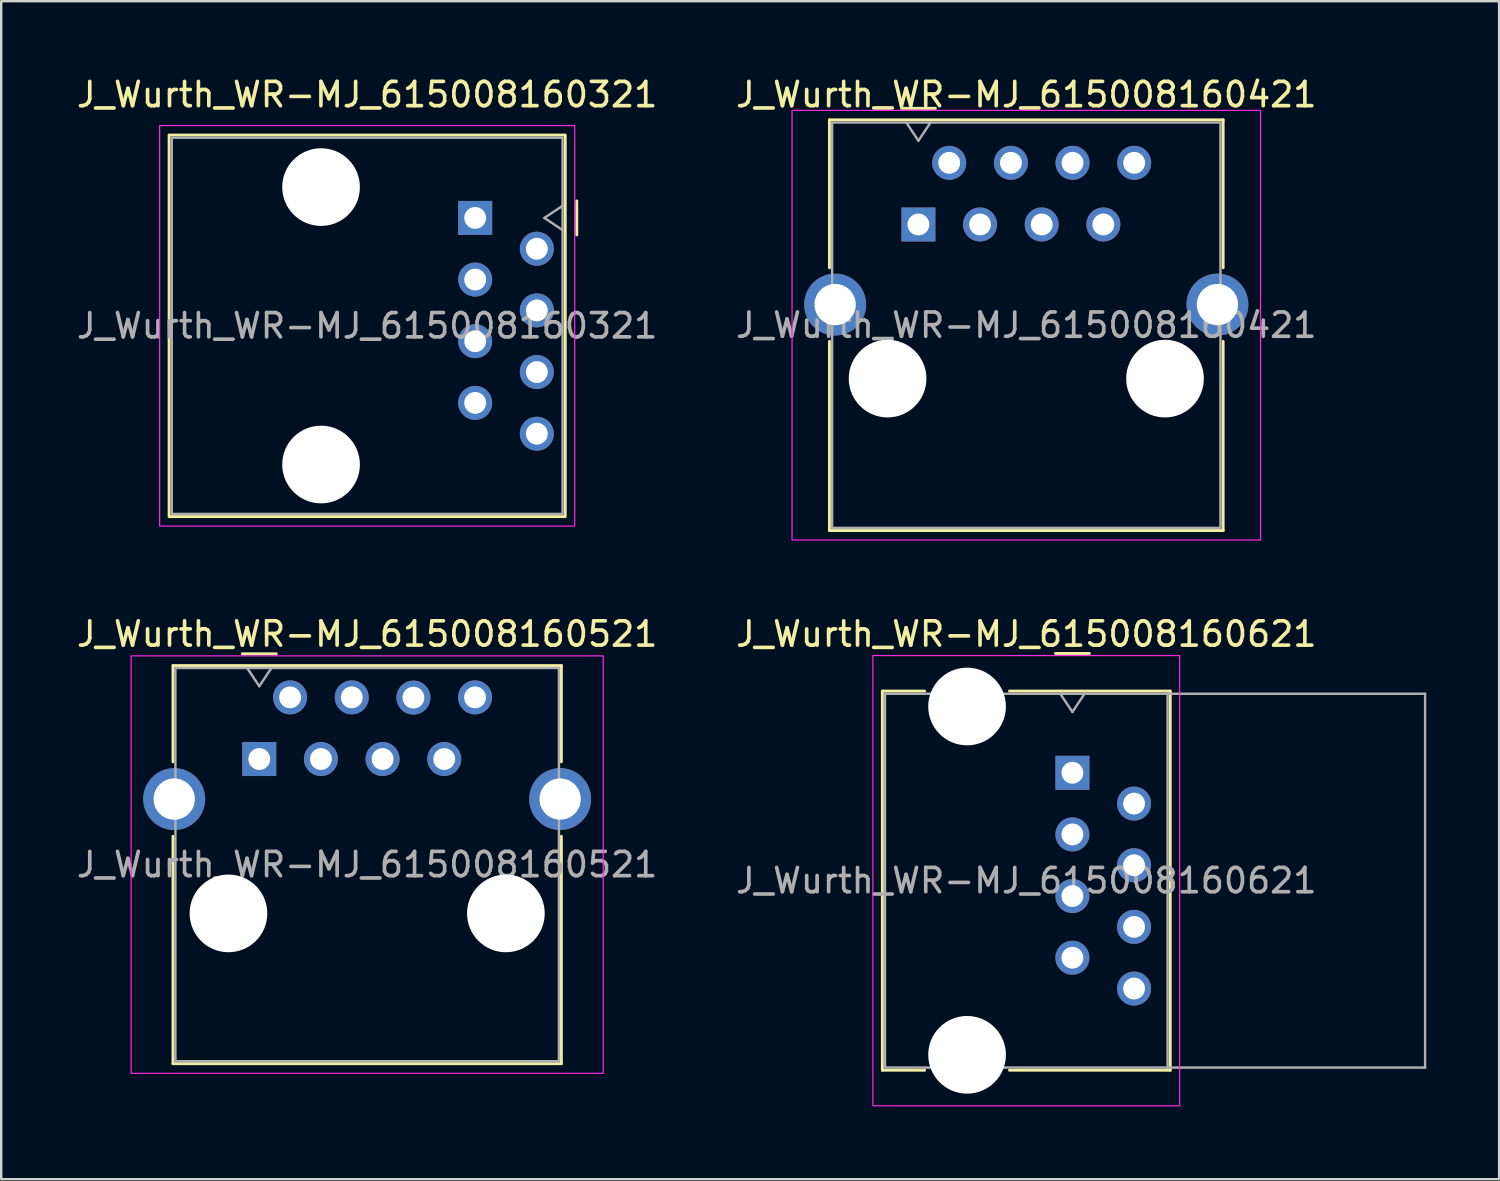
<source format=kicad_pcb>
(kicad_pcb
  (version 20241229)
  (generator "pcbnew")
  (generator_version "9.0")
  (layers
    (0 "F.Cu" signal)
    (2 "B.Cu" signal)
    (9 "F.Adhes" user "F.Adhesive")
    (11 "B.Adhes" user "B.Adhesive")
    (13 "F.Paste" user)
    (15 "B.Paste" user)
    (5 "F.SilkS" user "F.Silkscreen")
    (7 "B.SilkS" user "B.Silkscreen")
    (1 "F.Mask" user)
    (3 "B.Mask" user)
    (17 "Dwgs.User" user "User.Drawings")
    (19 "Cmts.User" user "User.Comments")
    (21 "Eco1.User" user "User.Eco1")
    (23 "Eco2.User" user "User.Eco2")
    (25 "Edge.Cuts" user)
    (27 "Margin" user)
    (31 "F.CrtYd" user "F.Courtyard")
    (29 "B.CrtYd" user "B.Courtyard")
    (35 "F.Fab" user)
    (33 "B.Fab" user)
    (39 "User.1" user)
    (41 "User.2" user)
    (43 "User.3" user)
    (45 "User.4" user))
  (footprint "J_Wurth_WR-MJ_615008160521"
    (layer "F.Cu")
    (at 7.632 28.221)
    (property "Reference" "J_Wurth_WR-MJ_615008160521" (at 4.445 -5.15 0) (unlocked yes) (layer "F.SilkS") (effects (font (size 1 1) (thickness 0.15))))
    (attr through_hole)
    (fp_line (start -3.555 0.116) (end -3.555 -3.85) (stroke (width 0.12) (type solid)) (layer "F.SilkS"))
    (fp_line (start -3.555 -3.85) (end 12.445 -3.85) (stroke (width 0.12) (type solid)) (layer "F.SilkS"))
    (fp_line (start -3.555 3.184) (end -3.555 12.55) (stroke (width 0.12) (type solid)) (layer "F.SilkS"))
    (fp_line (start -3.555 12.55) (end 12.445 12.55) (stroke (width 0.12) (type solid)) (layer "F.SilkS"))
    (fp_line (start 0.7 -4.335) (end -0.7 -4.335) (stroke (width 0.12) (type solid)) (layer "F.SilkS"))
    (fp_line (start 12.445 -3.85) (end 12.445 0.116) (stroke (width 0.12) (type solid)) (layer "F.SilkS"))
    (fp_line (start 12.445 12.55) (end 12.445 3.184) (stroke (width 0.12) (type solid)) (layer "F.SilkS"))
    (fp_rect (start -5.28 -4.25) (end 14.17 12.95) (stroke (width 0.05) (type solid)) (fill no) (layer "F.CrtYd"))
    (fp_line (start 0 -3) (end -0.5 -3.75) (stroke (width 0.1) (type solid)) (layer "F.Fab"))
    (fp_line (start 0 -3) (end 0.5 -3.75) (stroke (width 0.1) (type solid)) (layer "F.Fab"))
    (fp_rect (start -3.455 -3.75) (end 12.345 12.45) (stroke (width 0.1) (type solid)) (fill no) (layer "F.Fab"))
    (fp_text user "${REFERENCE}" (at 4.445 4.35 0) (unlocked yes) (layer "F.Fab") (effects (font (size 1 1) (thickness 0.15))))
    (pad "" np_thru_hole circle (at -1.27 6.36) (size 3.2 3.2) (drill 3.2) (layers "*.Cu" "*.Mask"))
    (pad "" np_thru_hole circle (at 10.16 6.36) (size 3.2 3.2) (drill 3.2) (layers "*.Cu" "*.Mask"))
    (pad "1" thru_hole rect (at 0 0) (size 1.4 1.4) (drill 0.9) (layers "*.Cu" "*.Mask"))
    (pad "2" thru_hole circle (at 1.27 -2.54) (size 1.4 1.4) (drill 0.9) (layers "*.Cu" "*.Mask"))
    (pad "3" thru_hole circle (at 2.54 0) (size 1.4 1.4) (drill 0.9) (layers "*.Cu" "*.Mask"))
    (pad "4" thru_hole circle (at 3.81 -2.54) (size 1.4 1.4) (drill 0.9) (layers "*.Cu" "*.Mask"))
    (pad "5" thru_hole circle (at 5.08 0) (size 1.4 1.4) (drill 0.9) (layers "*.Cu" "*.Mask"))
    (pad "6" thru_hole circle (at 6.35 -2.53) (size 1.4 1.4) (drill 0.9) (layers "*.Cu" "*.Mask"))
    (pad "7" thru_hole circle (at 7.62 0) (size 1.4 1.4) (drill 0.9) (layers "*.Cu" "*.Mask"))
    (pad "8" thru_hole circle (at 8.89 -2.54) (size 1.4 1.4) (drill 0.9) (layers "*.Cu" "*.Mask"))
    (pad "Z1" thru_hole circle (at -3.505 1.65) (size 2.55 2.55) (drill 1.7) (layers "*.Cu" "*.Mask"))
    (pad "Z2" thru_hole circle (at 12.395 1.65) (size 2.55 2.55) (drill 1.7) (layers "*.Cu" "*.Mask")))
  (footprint "J_Wurth_WR-MJ_615008160321"
    (layer "F.Cu")
    (at 16.527 5.928)
    (property "Reference" "J_Wurth_WR-MJ_615008160321" (at -4.45 -5.08 0) (unlocked yes) (layer "F.SilkS") (effects (font (size 1 1) (thickness 0.15))))
    (attr through_hole)
    (fp_line (start 4.185 0.7) (end 4.185 -0.7) (stroke (width 0.12) (type solid)) (layer "F.SilkS"))
    (fp_rect (start -12.61 -3.415) (end 3.71 12.305) (stroke (width 0.12) (type solid)) (fill no) (layer "F.SilkS"))
    (fp_rect (start -13 -3.805) (end 4.1 12.695) (stroke (width 0.05) (type default)) (fill no) (layer "F.CrtYd"))
    (fp_line (start 2.85 0) (end 3.6 -0.5) (stroke (width 0.1) (type solid)) (layer "F.Fab"))
    (fp_line (start 2.85 0) (end 3.6 0.5) (stroke (width 0.1) (type solid)) (layer "F.Fab"))
    (fp_rect (start -12.5 -3.305) (end 3.6 12.195) (stroke (width 0.1) (type solid)) (fill no) (layer "F.Fab"))
    (fp_text user "${REFERENCE}" (at -4.45 4.445 0) (unlocked yes) (layer "F.Fab") (effects (font (size 1 1) (thickness 0.15))))
    (pad "" np_thru_hole circle (at -6.35 -1.27 90) (size 3.2 3.2) (drill 3.2) (layers "*.Cu" "*.Mask"))
    (pad "" np_thru_hole circle (at -6.35 10.16 90) (size 3.2 3.2) (drill 3.2) (layers "*.Cu" "*.Mask"))
    (pad "1" thru_hole rect (at 0 0 270) (size 1.4 1.4) (drill 0.9) (layers "*.Cu" "*.Mask"))
    (pad "2" thru_hole circle (at 2.54 1.27 270) (size 1.4 1.4) (drill 0.9) (layers "*.Cu" "*.Mask"))
    (pad "3" thru_hole circle (at 0 2.54 270) (size 1.4 1.4) (drill 0.9) (layers "*.Cu" "*.Mask"))
    (pad "4" thru_hole circle (at 2.54 3.81 270) (size 1.4 1.4) (drill 0.9) (layers "*.Cu" "*.Mask"))
    (pad "5" thru_hole circle (at 0 5.08 270) (size 1.4 1.4) (drill 0.9) (layers "*.Cu" "*.Mask"))
    (pad "6" thru_hole circle (at 2.54 6.35 270) (size 1.4 1.4) (drill 0.9) (layers "*.Cu" "*.Mask"))
    (pad "7" thru_hole circle (at 0 7.62 270) (size 1.4 1.4) (drill 0.9) (layers "*.Cu" "*.Mask"))
    (pad "8" thru_hole circle (at 2.54 8.89 270) (size 1.4 1.4) (drill 0.9) (layers "*.Cu" "*.Mask")))
  (footprint "J_Wurth_WR-MJ_615008160621"
    (layer "F.Cu")
    (at 41.132 28.787)
    (property "Reference" "J_Wurth_WR-MJ_615008160621" (at -1.9 -5.715 0) (unlocked yes) (layer "F.SilkS") (effects (font (size 1 1) (thickness 0.15))))
    (attr through_hole)
    (fp_line (start -7.83 -3.365) (end -7.83 12.255) (stroke (width 0.12) (type solid)) (layer "F.SilkS"))
    (fp_line (start -6.088 -3.365) (end -7.83 -3.365) (stroke (width 0.12) (type solid)) (layer "F.SilkS"))
    (fp_line (start -6.088 12.255) (end -7.83 12.255) (stroke (width 0.12) (type solid)) (layer "F.SilkS"))
    (fp_line (start -2.592 -3.365) (end 4.03 -3.365) (stroke (width 0.12) (type solid)) (layer "F.SilkS"))
    (fp_line (start -2.592 12.255) (end 4.03 12.255) (stroke (width 0.12) (type solid)) (layer "F.SilkS"))
    (fp_line (start 0.7 -4.915) (end -0.7 -4.915) (stroke (width 0.12) (type solid)) (layer "F.SilkS"))
    (fp_line (start 4.03 12.255) (end 4.03 -3.365) (stroke (width 0.12) (type solid)) (layer "F.SilkS"))
    (fp_rect (start -8.22 -4.83) (end 4.42 13.72) (stroke (width 0.05) (type solid)) (fill no) (layer "F.CrtYd"))
    (fp_line (start 0 -2.505) (end -0.5 -3.255) (stroke (width 0.1) (type solid)) (layer "F.Fab"))
    (fp_line (start 0 -2.505) (end 0.5 -3.255) (stroke (width 0.1) (type solid)) (layer "F.Fab"))
    (fp_line (start 3.92 -3.255) (end 14.53 -3.255) (stroke (width 0.1) (type solid)) (layer "F.Fab"))
    (fp_line (start 14.53 -3.255) (end 14.53 12.145) (stroke (width 0.1) (type solid)) (layer "F.Fab"))
    (fp_line (start 14.53 12.145) (end 3.92 12.145) (stroke (width 0.1) (type solid)) (layer "F.Fab"))
    (fp_rect (start -7.72 -3.255) (end 3.92 12.145) (stroke (width 0.1) (type solid)) (fill no) (layer "F.Fab"))
    (fp_text user "${REFERENCE}" (at -1.9 4.445 0) (unlocked yes) (layer "F.Fab") (effects (font (size 1 1) (thickness 0.15))))
    (pad "" np_thru_hole circle (at -4.34 -2.73 90) (size 3.2 3.2) (drill 3.2) (layers "*.Cu" "*.Mask"))
    (pad "" np_thru_hole circle (at -4.34 11.62 90) (size 3.2 3.2) (drill 3.2) (layers "*.Cu" "*.Mask"))
    (pad "1" thru_hole rect (at 0 0 90) (size 1.4 1.4) (drill 0.9) (layers "*.Cu" "*.Mask"))
    (pad "2" thru_hole circle (at 2.54 1.27 90) (size 1.4 1.4) (drill 0.9) (layers "*.Cu" "*.Mask"))
    (pad "3" thru_hole circle (at 0 2.54 90) (size 1.4 1.4) (drill 0.9) (layers "*.Cu" "*.Mask"))
    (pad "4" thru_hole circle (at 2.54 3.81 90) (size 1.4 1.4) (drill 0.9) (layers "*.Cu" "*.Mask"))
    (pad "5" thru_hole circle (at 0 5.08 90) (size 1.4 1.4) (drill 0.9) (layers "*.Cu" "*.Mask"))
    (pad "6" thru_hole circle (at 2.54 6.35 90) (size 1.4 1.4) (drill 0.9) (layers "*.Cu" "*.Mask"))
    (pad "7" thru_hole circle (at 0 7.62 90) (size 1.4 1.4) (drill 0.9) (layers "*.Cu" "*.Mask"))
    (pad "8" thru_hole circle (at 2.54 8.89 90) (size 1.4 1.4) (drill 0.9) (layers "*.Cu" "*.Mask")))
  (footprint "J_Wurth_WR-MJ_615008160421"
    (layer "F.Cu")
    (at 34.787 6.198)
    (property "Reference" "J_Wurth_WR-MJ_615008160421" (at 4.445 -5.35 0) (unlocked yes) (layer "F.SilkS") (effects (font (size 1 1) (thickness 0.15))))
    (attr through_hole)
    (fp_line (start -3.665 -4.31) (end 12.555 -4.31) (stroke (width 0.12) (type solid)) (layer "F.SilkS"))
    (fp_line (start -3.665 1.783) (end -3.665 -4.31) (stroke (width 0.12) (type solid)) (layer "F.SilkS"))
    (fp_line (start -3.665 4.817) (end -3.665 12.61) (stroke (width 0.12) (type solid)) (layer "F.SilkS"))
    (fp_line (start 0.7 -4.785) (end -0.7 -4.785) (stroke (width 0.12) (type solid)) (layer "F.SilkS"))
    (fp_line (start 12.555 1.783) (end 12.555 -4.31) (stroke (width 0.12) (type solid)) (layer "F.SilkS"))
    (fp_line (start 12.555 12.61) (end -3.665 12.61) (stroke (width 0.12) (type solid)) (layer "F.SilkS"))
    (fp_line (start 12.555 4.817) (end 12.555 12.61) (stroke (width 0.12) (type solid)) (layer "F.SilkS"))
    (fp_rect (start -5.205 -4.7) (end 14.095 13) (stroke (width 0.05) (type solid)) (fill no) (layer "F.CrtYd"))
    (fp_line (start 0 -3.45) (end -0.5 -4.2) (stroke (width 0.1) (type solid)) (layer "F.Fab"))
    (fp_line (start 0 -3.45) (end 0.5 -4.2) (stroke (width 0.1) (type solid)) (layer "F.Fab"))
    (fp_rect (start -3.555 -4.2) (end 12.445 12.5) (stroke (width 0.1) (type solid)) (fill no) (layer "F.Fab"))
    (fp_text user "${REFERENCE}" (at 4.445 4.15 0) (unlocked yes) (layer "F.Fab") (effects (font (size 1 1) (thickness 0.15))))
    (pad "" np_thru_hole circle (at -1.27 6.35) (size 3.2 3.2) (drill 3.2) (layers "*.Cu" "*.Mask"))
    (pad "" np_thru_hole circle (at 10.16 6.35) (size 3.2 3.2) (drill 3.2) (layers "*.Cu" "*.Mask"))
    (pad "1" thru_hole rect (at 0 0) (size 1.4 1.4) (drill 0.9) (layers "*.Cu" "*.Mask"))
    (pad "2" thru_hole circle (at 1.27 -2.54) (size 1.4 1.4) (drill 0.9) (layers "*.Cu" "*.Mask"))
    (pad "3" thru_hole circle (at 2.54 0) (size 1.4 1.4) (drill 0.9) (layers "*.Cu" "*.Mask"))
    (pad "4" thru_hole circle (at 3.81 -2.54) (size 1.4 1.4) (drill 0.9) (layers "*.Cu" "*.Mask"))
    (pad "5" thru_hole circle (at 5.08 0) (size 1.4 1.4) (drill 0.9) (layers "*.Cu" "*.Mask"))
    (pad "6" thru_hole circle (at 6.35 -2.54) (size 1.4 1.4) (drill 0.9) (layers "*.Cu" "*.Mask"))
    (pad "7" thru_hole circle (at 7.62 0) (size 1.4 1.4) (drill 0.9) (layers "*.Cu" "*.Mask"))
    (pad "8" thru_hole circle (at 8.89 -2.54) (size 1.4 1.4) (drill 0.9) (layers "*.Cu" "*.Mask"))
    (pad "Z1" thru_hole circle (at -3.43 3.3) (size 2.55 2.55) (drill 1.7) (layers "*.Cu" "*.Mask"))
    (pad "Z2" thru_hole circle (at 12.32 3.3) (size 2.55 2.55) (drill 1.7) (layers "*.Cu" "*.Mask")))
  (gr_rect
    (start -3 -3)
    (end 58.712 45.532)
    (stroke (width 0.1) (type default))
    (fill no)
    (layer "Edge.Cuts")))
</source>
